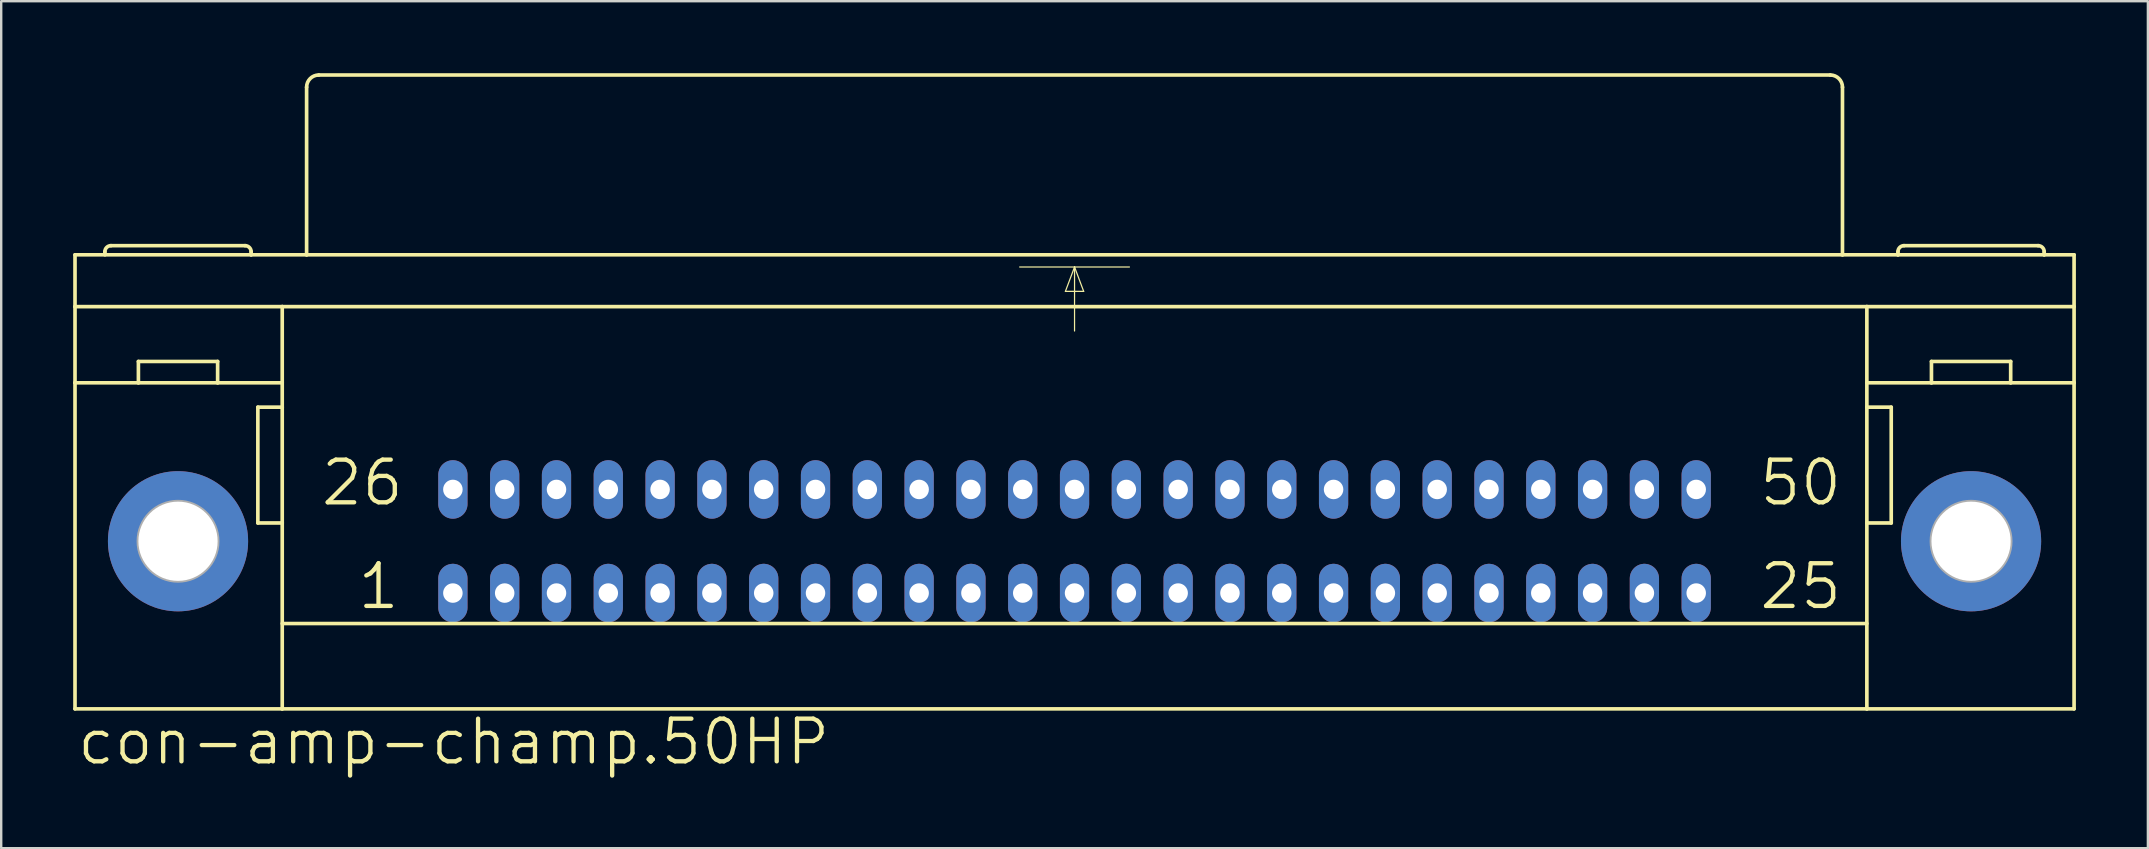
<source format=kicad_pcb>
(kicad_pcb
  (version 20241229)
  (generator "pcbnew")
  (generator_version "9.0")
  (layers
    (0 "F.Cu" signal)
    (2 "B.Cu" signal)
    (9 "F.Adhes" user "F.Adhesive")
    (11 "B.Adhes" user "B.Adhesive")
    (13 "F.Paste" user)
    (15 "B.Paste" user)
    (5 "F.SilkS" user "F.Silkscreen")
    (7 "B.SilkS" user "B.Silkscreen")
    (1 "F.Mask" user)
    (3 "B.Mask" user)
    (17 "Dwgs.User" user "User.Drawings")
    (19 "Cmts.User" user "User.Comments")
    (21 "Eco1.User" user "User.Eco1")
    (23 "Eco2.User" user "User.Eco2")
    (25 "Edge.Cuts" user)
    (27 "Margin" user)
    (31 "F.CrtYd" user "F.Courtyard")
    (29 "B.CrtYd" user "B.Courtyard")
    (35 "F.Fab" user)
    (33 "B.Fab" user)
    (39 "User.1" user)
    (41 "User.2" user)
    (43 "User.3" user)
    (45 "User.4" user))
  (footprint "con-amp-champ.50HP"
    (layer "F.Cu")
    (at 41.732 19.507)
    (property "Reference" "con-amp-champ.50HP" (at -41.656 9.398 0) (layer "F.SilkS") (effects (font (size 1.778 1.778) (thickness 0.18)) (justify left bottom)))
    (attr through_hole)
    (fp_line (start -41.656 -11.938) (end -34.315 -11.938) (stroke (width 0.152) (type default)) (layer "F.SilkS"))
    (fp_line (start -41.656 -9.779) (end -41.656 -11.938) (stroke (width 0.152) (type default)) (layer "F.SilkS"))
    (fp_line (start -41.656 -9.779) (end -33.02 -9.779) (stroke (width 0.152) (type default)) (layer "F.SilkS"))
    (fp_line (start -41.656 -6.604) (end -41.656 -9.779) (stroke (width 0.152) (type default)) (layer "F.SilkS"))
    (fp_line (start -41.656 6.985) (end -41.656 -6.604) (stroke (width 0.152) (type default)) (layer "F.SilkS"))
    (fp_line (start -41.656 6.985) (end -33.02 6.985) (stroke (width 0.152) (type default)) (layer "F.SilkS"))
    (fp_line (start -40.411 -11.938) (end -40.411 -12.065) (stroke (width 0.152) (type default)) (layer "F.SilkS"))
    (fp_line (start -39.014 -6.604) (end -41.656 -6.604) (stroke (width 0.152) (type default)) (layer "F.SilkS"))
    (fp_line (start -39.014 -6.604) (end -39.014 -7.493) (stroke (width 0.152) (type default)) (layer "F.SilkS"))
    (fp_line (start -35.712 -7.493) (end -39.014 -7.493) (stroke (width 0.152) (type default)) (layer "F.SilkS"))
    (fp_line (start -35.712 -6.604) (end -39.014 -6.604) (stroke (width 0.152) (type default)) (layer "F.SilkS"))
    (fp_line (start -35.712 -6.604) (end -35.712 -7.493) (stroke (width 0.152) (type default)) (layer "F.SilkS"))
    (fp_line (start -34.569 -12.319) (end -40.157 -12.319) (stroke (width 0.152) (type default)) (layer "F.SilkS"))
    (fp_line (start -34.315 -11.938) (end -34.315 -12.065) (stroke (width 0.152) (type default)) (layer "F.SilkS"))
    (fp_line (start -34.315 -11.938) (end -32.004 -11.938) (stroke (width 0.152) (type default)) (layer "F.SilkS"))
    (fp_line (start -34.036 -5.588) (end -34.036 -0.762) (stroke (width 0.152) (type default)) (layer "F.SilkS"))
    (fp_line (start -34.036 -0.762) (end -33.02 -0.762) (stroke (width 0.152) (type default)) (layer "F.SilkS"))
    (fp_line (start -33.02 -9.779) (end 33.02 -9.779) (stroke (width 0.152) (type default)) (layer "F.SilkS"))
    (fp_line (start -33.02 -6.604) (end -35.712 -6.604) (stroke (width 0.152) (type default)) (layer "F.SilkS"))
    (fp_line (start -33.02 -5.588) (end -34.036 -5.588) (stroke (width 0.152) (type default)) (layer "F.SilkS"))
    (fp_line (start -33.02 -5.588) (end -33.02 -9.779) (stroke (width 0.152) (type default)) (layer "F.SilkS"))
    (fp_line (start -33.02 -0.762) (end -33.02 -5.588) (stroke (width 0.152) (type default)) (layer "F.SilkS"))
    (fp_line (start -33.02 3.429) (end 33.02 3.429) (stroke (width 0.152) (type default)) (layer "F.SilkS"))
    (fp_line (start -33.02 6.985) (end -33.02 -0.762) (stroke (width 0.152) (type default)) (layer "F.SilkS"))
    (fp_line (start -33.02 6.985) (end 33.02 6.985) (stroke (width 0.152) (type default)) (layer "F.SilkS"))
    (fp_line (start -32.004 -11.938) (end -32.004 -18.923) (stroke (width 0.152) (type default)) (layer "F.SilkS"))
    (fp_line (start -32.004 -11.938) (end 32.004 -11.938) (stroke (width 0.152) (type default)) (layer "F.SilkS"))
    (fp_line (start -31.496 -19.431) (end 31.496 -19.431) (stroke (width 0.152) (type default)) (layer "F.SilkS"))
    (fp_line (start -2.286 -11.43) (end 0 -11.43) (stroke (width 0.051) (type default)) (layer "F.SilkS"))
    (fp_line (start -0.381 -10.414) (end 0.381 -10.414) (stroke (width 0.051) (type default)) (layer "F.SilkS"))
    (fp_line (start 0 -11.43) (end -0.381 -10.414) (stroke (width 0.051) (type default)) (layer "F.SilkS"))
    (fp_line (start 0 -11.43) (end 0 -8.763) (stroke (width 0.051) (type default)) (layer "F.SilkS"))
    (fp_line (start 0 -11.43) (end 2.286 -11.43) (stroke (width 0.051) (type default)) (layer "F.SilkS"))
    (fp_line (start 0.381 -10.414) (end 0 -11.43) (stroke (width 0.051) (type default)) (layer "F.SilkS"))
    (fp_line (start 32.004 -11.938) (end 32.004 -18.923) (stroke (width 0.152) (type default)) (layer "F.SilkS"))
    (fp_line (start 32.004 -11.938) (end 34.315 -11.938) (stroke (width 0.152) (type default)) (layer "F.SilkS"))
    (fp_line (start 33.02 -9.779) (end 41.656 -9.779) (stroke (width 0.152) (type default)) (layer "F.SilkS"))
    (fp_line (start 33.02 -6.604) (end 35.712 -6.604) (stroke (width 0.152) (type default)) (layer "F.SilkS"))
    (fp_line (start 33.02 -5.588) (end 33.02 -9.779) (stroke (width 0.152) (type default)) (layer "F.SilkS"))
    (fp_line (start 33.02 -5.588) (end 34.036 -5.588) (stroke (width 0.152) (type default)) (layer "F.SilkS"))
    (fp_line (start 33.02 -0.762) (end 33.02 -5.588) (stroke (width 0.152) (type default)) (layer "F.SilkS"))
    (fp_line (start 33.02 6.985) (end 33.02 -0.762) (stroke (width 0.152) (type default)) (layer "F.SilkS"))
    (fp_line (start 33.02 6.985) (end 41.656 6.985) (stroke (width 0.152) (type default)) (layer "F.SilkS"))
    (fp_line (start 34.036 -5.588) (end 34.036 -0.762) (stroke (width 0.152) (type default)) (layer "F.SilkS"))
    (fp_line (start 34.036 -0.762) (end 33.02 -0.762) (stroke (width 0.152) (type default)) (layer "F.SilkS"))
    (fp_line (start 34.315 -11.938) (end 34.315 -12.065) (stroke (width 0.152) (type default)) (layer "F.SilkS"))
    (fp_line (start 34.315 -11.938) (end 40.411 -11.938) (stroke (width 0.152) (type default)) (layer "F.SilkS"))
    (fp_line (start 34.569 -12.319) (end 40.157 -12.319) (stroke (width 0.152) (type default)) (layer "F.SilkS"))
    (fp_line (start 35.712 -7.493) (end 39.014 -7.493) (stroke (width 0.152) (type default)) (layer "F.SilkS"))
    (fp_line (start 35.712 -6.604) (end 35.712 -7.493) (stroke (width 0.152) (type default)) (layer "F.SilkS"))
    (fp_line (start 35.712 -6.604) (end 39.014 -6.604) (stroke (width 0.152) (type default)) (layer "F.SilkS"))
    (fp_line (start 39.014 -6.604) (end 39.014 -7.493) (stroke (width 0.152) (type default)) (layer "F.SilkS"))
    (fp_line (start 39.014 -6.604) (end 41.656 -6.604) (stroke (width 0.152) (type default)) (layer "F.SilkS"))
    (fp_line (start 40.411 -11.938) (end 40.411 -12.065) (stroke (width 0.152) (type default)) (layer "F.SilkS"))
    (fp_line (start 40.411 -11.938) (end 41.656 -11.938) (stroke (width 0.152) (type default)) (layer "F.SilkS"))
    (fp_line (start 41.656 -11.938) (end 41.656 -6.604) (stroke (width 0.152) (type default)) (layer "F.SilkS"))
    (fp_line (start 41.656 -6.604) (end 41.656 6.985) (stroke (width 0.152) (type default)) (layer "F.SilkS"))
    (fp_arc (start -40.4114 -12.065) (mid -40.337005 -12.244605) (end -40.1574 -12.319) (stroke (width 0.1524) (type default)) (layer "F.SilkS"))
    (fp_arc (start -34.5694 -12.319) (mid -34.389795 -12.244605) (end -34.3154 -12.065) (stroke (width 0.1524) (type default)) (layer "F.SilkS"))
    (fp_arc (start -32.004 -18.923) (mid -31.85521 -19.28221) (end -31.496 -19.431) (stroke (width 0.1524) (type default)) (layer "F.SilkS"))
    (fp_arc (start 31.496 -19.431) (mid 31.85521 -19.28221) (end 32.004 -18.923) (stroke (width 0.1524) (type default)) (layer "F.SilkS"))
    (fp_arc (start 34.3154 -12.065) (mid 34.389795 -12.244605) (end 34.5694 -12.319) (stroke (width 0.1524) (type default)) (layer "F.SilkS"))
    (fp_arc (start 40.1574 -12.319) (mid 40.337005 -12.244605) (end 40.4114 -12.065) (stroke (width 0.1524) (type default)) (layer "F.SilkS"))
    (fp_circle (center -37.363 0) (end -35.712 0) (stroke (width 0.152) (type default)) (fill no) (layer "F.Fab"))
    (fp_circle (center 37.363 0) (end 39.014 0) (stroke (width 0.152) (type default)) (fill no) (layer "F.Fab"))
    (fp_text user "50" (at 28.448 -1.397 0) (layer "F.SilkS") (effects (font (size 1.778 1.778) (thickness 0.18)) (justify left bottom)))
    (fp_text user "1" (at -29.972 2.921 0) (layer "F.SilkS") (effects (font (size 1.778 1.778) (thickness 0.18)) (justify left bottom)))
    (fp_text user "25" (at 28.448 2.921 0) (layer "F.SilkS") (effects (font (size 1.778 1.778) (thickness 0.18)) (justify left bottom)))
    (fp_text user "26" (at -31.496 -1.397 0) (layer "F.SilkS") (effects (font (size 1.778 1.778) (thickness 0.18)) (justify left bottom)))
    (pad "1" thru_hole oval (at -25.908 2.159 90) (size 2.438 1.219) (drill 0.813) (layers "*.Cu" "*.Mask"))
    (pad "2" thru_hole oval (at -23.749 2.159 90) (size 2.438 1.219) (drill 0.813) (layers "*.Cu" "*.Mask"))
    (pad "3" thru_hole oval (at -21.59 2.159 90) (size 2.438 1.219) (drill 0.813) (layers "*.Cu" "*.Mask"))
    (pad "4" thru_hole oval (at -19.431 2.159 90) (size 2.438 1.219) (drill 0.813) (layers "*.Cu" "*.Mask"))
    (pad "5" thru_hole oval (at -17.272 2.159 90) (size 2.438 1.219) (drill 0.813) (layers "*.Cu" "*.Mask"))
    (pad "6" thru_hole oval (at -15.113 2.159 90) (size 2.438 1.219) (drill 0.813) (layers "*.Cu" "*.Mask"))
    (pad "7" thru_hole oval (at -12.954 2.159 90) (size 2.438 1.219) (drill 0.813) (layers "*.Cu" "*.Mask"))
    (pad "8" thru_hole oval (at -10.795 2.159 90) (size 2.438 1.219) (drill 0.813) (layers "*.Cu" "*.Mask"))
    (pad "9" thru_hole oval (at -8.636 2.159 90) (size 2.438 1.219) (drill 0.813) (layers "*.Cu" "*.Mask"))
    (pad "10" thru_hole oval (at -6.477 2.159 90) (size 2.438 1.219) (drill 0.813) (layers "*.Cu" "*.Mask"))
    (pad "11" thru_hole oval (at -4.318 2.159 90) (size 2.438 1.219) (drill 0.813) (layers "*.Cu" "*.Mask"))
    (pad "12" thru_hole oval (at -2.159 2.159 90) (size 2.438 1.219) (drill 0.813) (layers "*.Cu" "*.Mask"))
    (pad "13" thru_hole oval (at 0 2.159 90) (size 2.438 1.219) (drill 0.813) (layers "*.Cu" "*.Mask"))
    (pad "14" thru_hole oval (at 2.159 2.159 90) (size 2.438 1.219) (drill 0.813) (layers "*.Cu" "*.Mask"))
    (pad "15" thru_hole oval (at 4.318 2.159 90) (size 2.438 1.219) (drill 0.813) (layers "*.Cu" "*.Mask"))
    (pad "16" thru_hole oval (at 6.477 2.159 90) (size 2.438 1.219) (drill 0.813) (layers "*.Cu" "*.Mask"))
    (pad "17" thru_hole oval (at 8.636 2.159 90) (size 2.438 1.219) (drill 0.813) (layers "*.Cu" "*.Mask"))
    (pad "18" thru_hole oval (at 10.795 2.159 90) (size 2.438 1.219) (drill 0.813) (layers "*.Cu" "*.Mask"))
    (pad "19" thru_hole oval (at 12.954 2.159 90) (size 2.438 1.219) (drill 0.813) (layers "*.Cu" "*.Mask"))
    (pad "20" thru_hole oval (at 15.113 2.159 90) (size 2.438 1.219) (drill 0.813) (layers "*.Cu" "*.Mask"))
    (pad "21" thru_hole oval (at 17.272 2.159 90) (size 2.438 1.219) (drill 0.813) (layers "*.Cu" "*.Mask"))
    (pad "22" thru_hole oval (at 19.431 2.159 90) (size 2.438 1.219) (drill 0.813) (layers "*.Cu" "*.Mask"))
    (pad "23" thru_hole oval (at 21.59 2.159 90) (size 2.438 1.219) (drill 0.813) (layers "*.Cu" "*.Mask"))
    (pad "24" thru_hole oval (at 23.749 2.159 90) (size 2.438 1.219) (drill 0.813) (layers "*.Cu" "*.Mask"))
    (pad "25" thru_hole oval (at 25.908 2.159 90) (size 2.438 1.219) (drill 0.813) (layers "*.Cu" "*.Mask"))
    (pad "26" thru_hole oval (at -25.908 -2.159 90) (size 2.438 1.219) (drill 0.813) (layers "*.Cu" "*.Mask"))
    (pad "27" thru_hole oval (at -23.749 -2.159 90) (size 2.438 1.219) (drill 0.813) (layers "*.Cu" "*.Mask"))
    (pad "28" thru_hole oval (at -21.59 -2.159 90) (size 2.438 1.219) (drill 0.813) (layers "*.Cu" "*.Mask"))
    (pad "29" thru_hole oval (at -19.431 -2.159 90) (size 2.438 1.219) (drill 0.813) (layers "*.Cu" "*.Mask"))
    (pad "30" thru_hole oval (at -17.272 -2.159 90) (size 2.438 1.219) (drill 0.813) (layers "*.Cu" "*.Mask"))
    (pad "31" thru_hole oval (at -15.113 -2.159 90) (size 2.438 1.219) (drill 0.813) (layers "*.Cu" "*.Mask"))
    (pad "32" thru_hole oval (at -12.954 -2.159 90) (size 2.438 1.219) (drill 0.813) (layers "*.Cu" "*.Mask"))
    (pad "33" thru_hole oval (at -10.795 -2.159 90) (size 2.438 1.219) (drill 0.813) (layers "*.Cu" "*.Mask"))
    (pad "34" thru_hole oval (at -8.636 -2.159 90) (size 2.438 1.219) (drill 0.813) (layers "*.Cu" "*.Mask"))
    (pad "35" thru_hole oval (at -6.477 -2.159 90) (size 2.438 1.219) (drill 0.813) (layers "*.Cu" "*.Mask"))
    (pad "36" thru_hole oval (at -4.318 -2.159 90) (size 2.438 1.219) (drill 0.813) (layers "*.Cu" "*.Mask"))
    (pad "37" thru_hole oval (at -2.159 -2.159 90) (size 2.438 1.219) (drill 0.813) (layers "*.Cu" "*.Mask"))
    (pad "38" thru_hole oval (at 0 -2.159 90) (size 2.438 1.219) (drill 0.813) (layers "*.Cu" "*.Mask"))
    (pad "39" thru_hole oval (at 2.159 -2.159 90) (size 2.438 1.219) (drill 0.813) (layers "*.Cu" "*.Mask"))
    (pad "40" thru_hole oval (at 4.318 -2.159 90) (size 2.438 1.219) (drill 0.813) (layers "*.Cu" "*.Mask"))
    (pad "41" thru_hole oval (at 6.477 -2.159 90) (size 2.438 1.219) (drill 0.813) (layers "*.Cu" "*.Mask"))
    (pad "42" thru_hole oval (at 8.636 -2.159 90) (size 2.438 1.219) (drill 0.813) (layers "*.Cu" "*.Mask"))
    (pad "43" thru_hole oval (at 10.795 -2.159 90) (size 2.438 1.219) (drill 0.813) (layers "*.Cu" "*.Mask"))
    (pad "44" thru_hole oval (at 12.954 -2.159 90) (size 2.438 1.219) (drill 0.813) (layers "*.Cu" "*.Mask"))
    (pad "45" thru_hole oval (at 15.113 -2.159 90) (size 2.438 1.219) (drill 0.813) (layers "*.Cu" "*.Mask"))
    (pad "46" thru_hole oval (at 17.272 -2.159 90) (size 2.438 1.219) (drill 0.813) (layers "*.Cu" "*.Mask"))
    (pad "47" thru_hole oval (at 19.431 -2.159 90) (size 2.438 1.219) (drill 0.813) (layers "*.Cu" "*.Mask"))
    (pad "48" thru_hole oval (at 21.59 -2.159 90) (size 2.438 1.219) (drill 0.813) (layers "*.Cu" "*.Mask"))
    (pad "49" thru_hole oval (at 23.749 -2.159 90) (size 2.438 1.219) (drill 0.813) (layers "*.Cu" "*.Mask"))
    (pad "50" thru_hole oval (at 25.908 -2.159 90) (size 2.438 1.219) (drill 0.813) (layers "*.Cu" "*.Mask"))
    (pad "G" thru_hole circle (at -37.363 0) (size 5.842 5.842) (drill 3.302) (layers "*.Cu" "*.Mask"))
    (pad "G1" thru_hole circle (at 37.363 0) (size 5.842 5.842) (drill 3.302) (layers "*.Cu" "*.Mask")))
  (gr_rect
    (start -3 -3)
    (end 86.464 32.299)
    (stroke (width 0.1) (type default))
    (fill no)
    (layer "Edge.Cuts")))
</source>
